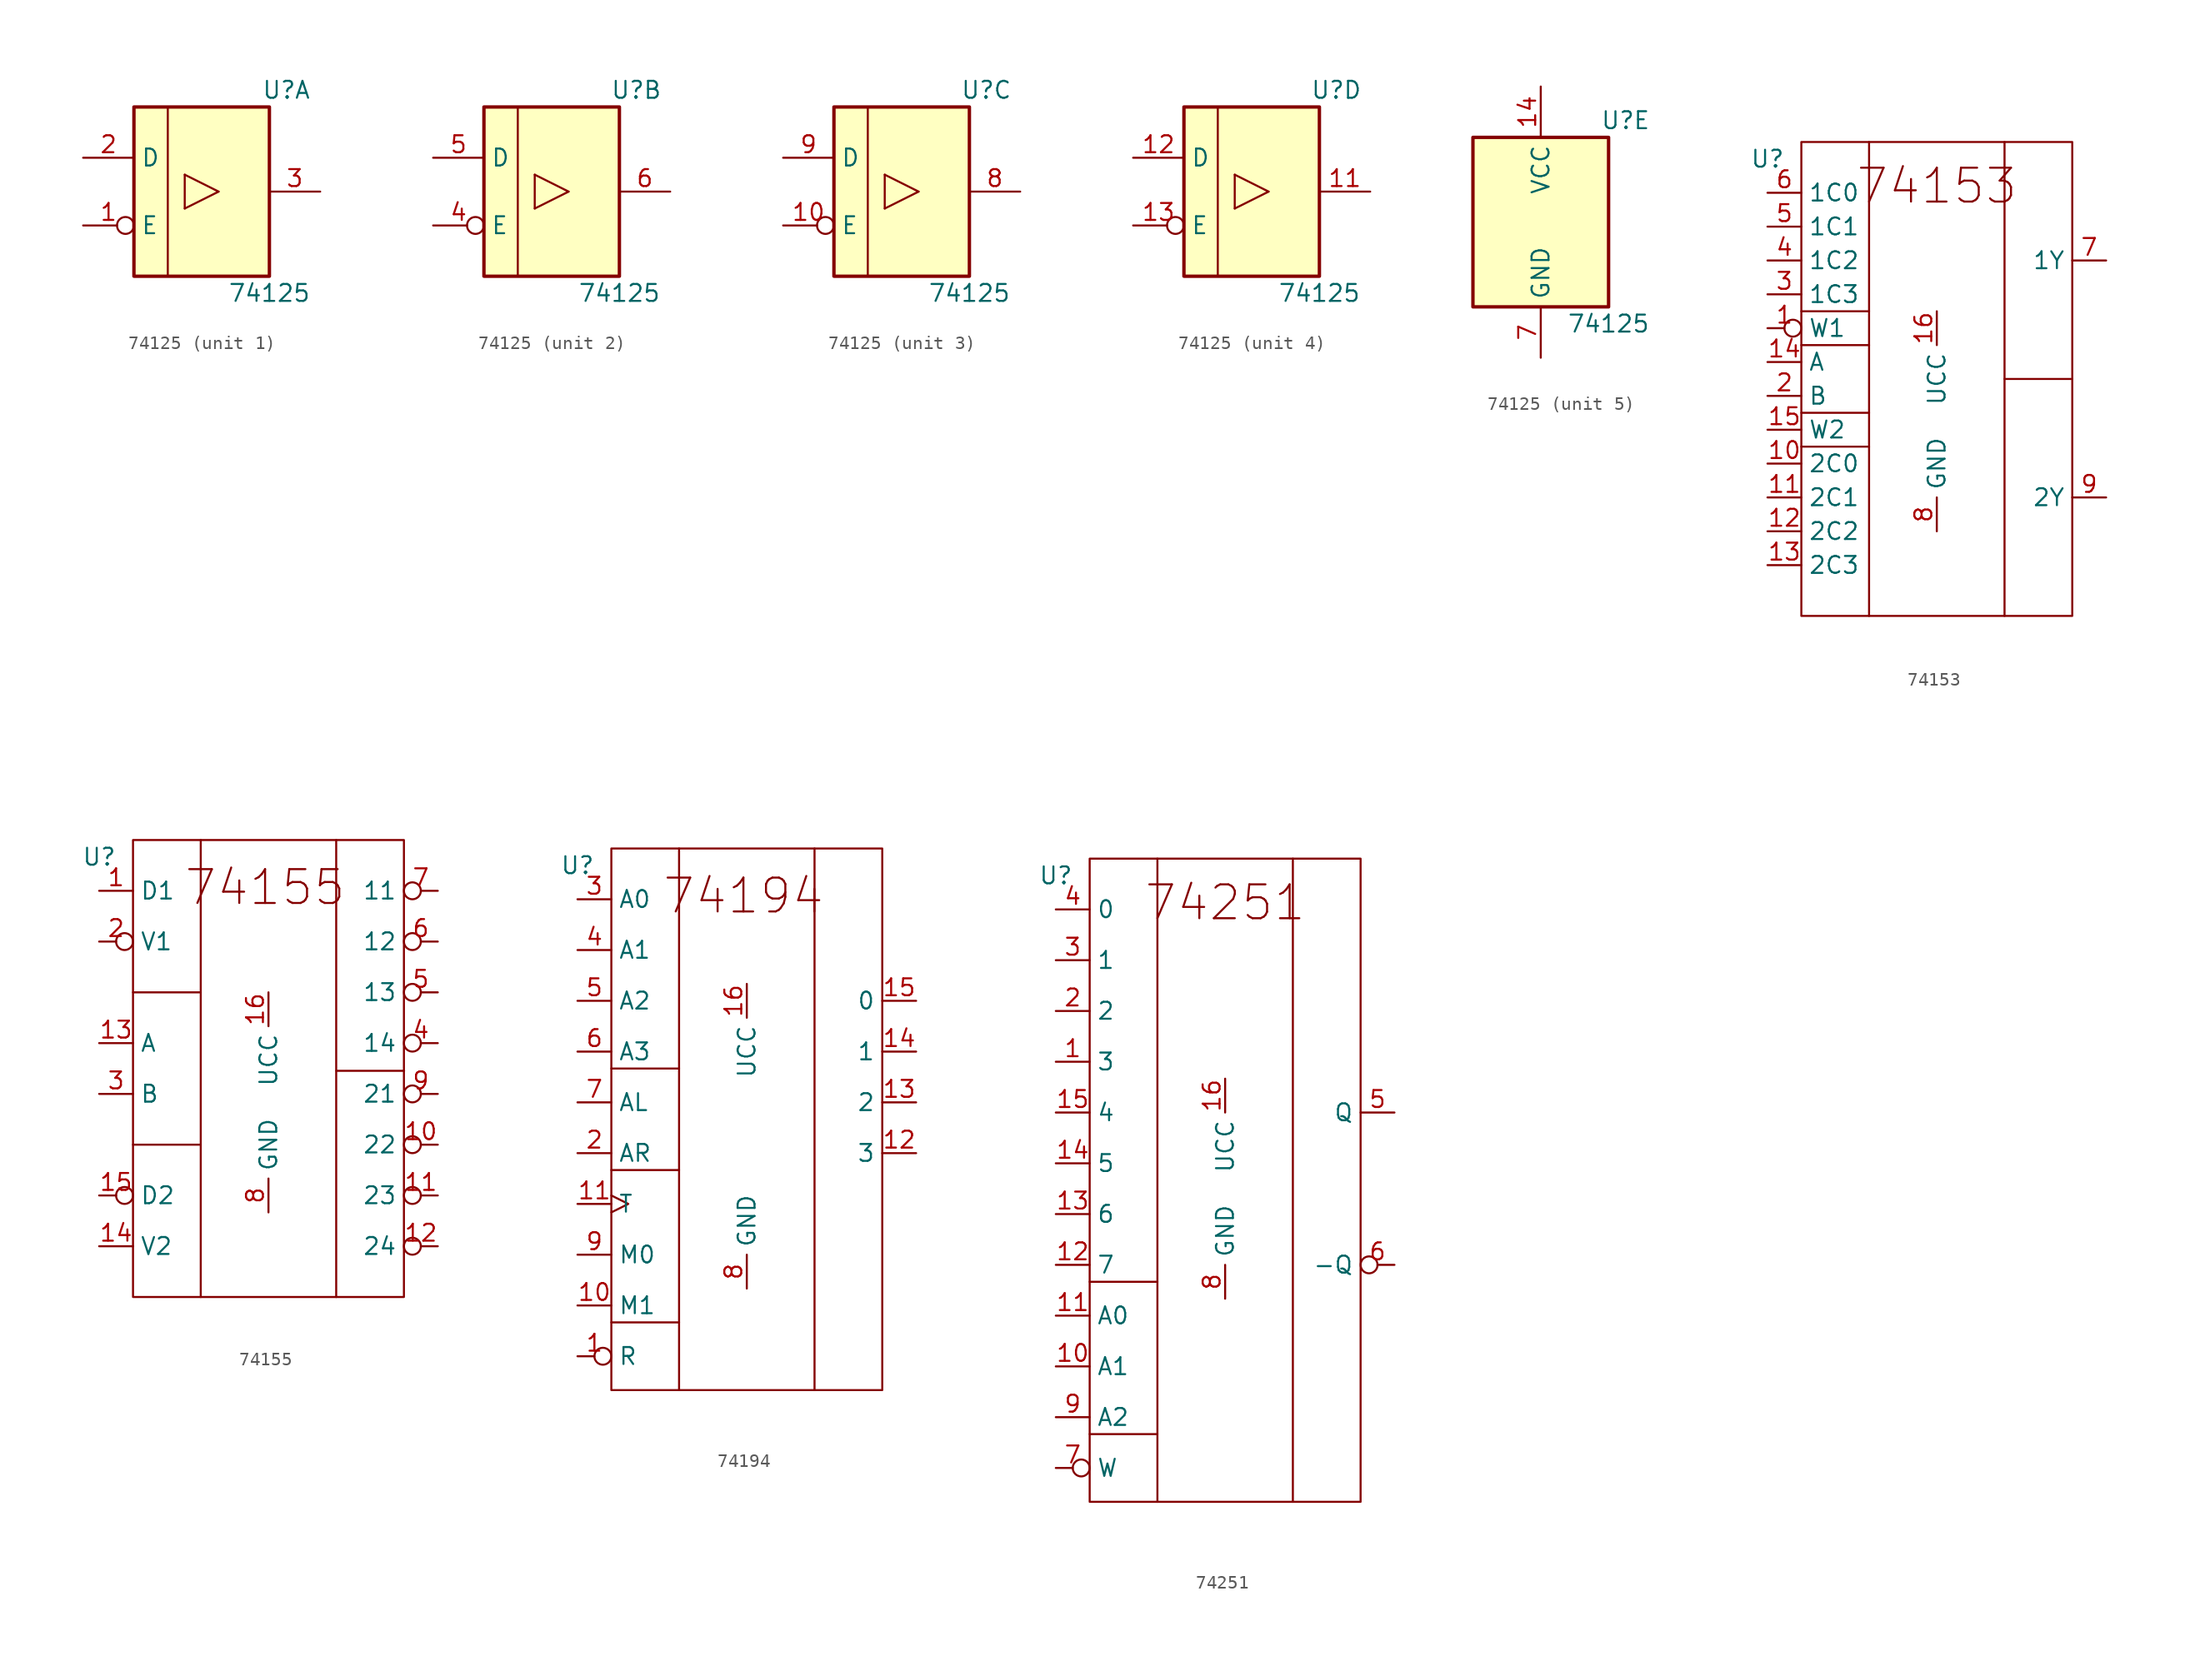
<source format=kicad_sym>
(kicad_symbol_lib
  (version 20231120)
  (generator "kicad_symbol_editor")
  (generator_version "8.0")
  (symbol "74125"
    (property "Reference" "U"
      (at 6.35 7.62 0)
      (effects (font (size 1.27 1.27))))
    (property "Value" "74125"
      (at 5.08 -7.62 0)
      (effects (font (size 1.27 1.27))))
    (property "ki_locked" ""
      (at 0 0 0)
      (effects (font (size 1.27 1.27))))
    (symbol "74125_0_1"
      (rectangle (start -5.08 6.35) (end 5.08 -6.35) (stroke (width 0.254) (type default)) (fill (type background))))
    (symbol "74125_1_1"
      (polyline (pts (xy -2.54 6.35) (xy -2.54 -6.35)) (stroke (width 0) (type default)) (fill (type none)))
      (polyline (pts (xy -1.27 1.27) (xy -1.27 -1.27)) (stroke (width 0) (type default)) (fill (type none)))
      (polyline (pts (xy -1.27 1.27) (xy 1.27 0)) (stroke (width 0) (type default)) (fill (type none)))
      (polyline (pts (xy 1.27 0) (xy -1.27 -1.27)) (stroke (width 0) (type default)) (fill (type none)))
      (pin input inverted (at -8.89 -2.54 0) (length 3.81) (name "E" (effects (font (size 1.27 1.27)))) (number "1" (effects (font (size 1.27 1.27)))))
      (pin input line (at -8.89 2.54 0) (length 3.81) (name "D" (effects (font (size 1.27 1.27)))) (number "2" (effects (font (size 1.27 1.27)))))
      (pin tri_state line (at 8.89 0 180) (length 3.81) (name "" (effects (font (size 1.27 1.27)))) (number "3" (effects (font (size 1.27 1.27))))))
    (symbol "74125_2_1"
      (polyline (pts (xy -2.54 6.35) (xy -2.54 -6.35)) (stroke (width 0) (type default)) (fill (type none)))
      (polyline (pts (xy -1.27 1.27) (xy -1.27 -1.27)) (stroke (width 0) (type default)) (fill (type none)))
      (polyline (pts (xy -1.27 1.27) (xy 1.27 0)) (stroke (width 0) (type default)) (fill (type none)))
      (polyline (pts (xy 1.27 0) (xy -1.27 -1.27)) (stroke (width 0) (type default)) (fill (type none)))
      (pin input inverted (at -8.89 -2.54 0) (length 3.81) (name "E" (effects (font (size 1.27 1.27)))) (number "4" (effects (font (size 1.27 1.27)))))
      (pin input line (at -8.89 2.54 0) (length 3.81) (name "D" (effects (font (size 1.27 1.27)))) (number "5" (effects (font (size 1.27 1.27)))))
      (pin tri_state line (at 8.89 0 180) (length 3.81) (name "" (effects (font (size 1.27 1.27)))) (number "6" (effects (font (size 1.27 1.27))))))
    (symbol "74125_3_1"
      (polyline (pts (xy -2.54 6.35) (xy -2.54 -6.35)) (stroke (width 0) (type default)) (fill (type none)))
      (polyline (pts (xy -1.27 1.27) (xy -1.27 -1.27)) (stroke (width 0) (type default)) (fill (type none)))
      (polyline (pts (xy -1.27 1.27) (xy 1.27 0)) (stroke (width 0) (type default)) (fill (type none)))
      (polyline (pts (xy 1.27 0) (xy -1.27 -1.27)) (stroke (width 0) (type default)) (fill (type none)))
      (pin input inverted (at -8.89 -2.54 0) (length 3.81) (name "E" (effects (font (size 1.27 1.27)))) (number "10" (effects (font (size 1.27 1.27)))))
      (pin tri_state line (at 8.89 0 180) (length 3.81) (name "" (effects (font (size 1.27 1.27)))) (number "8" (effects (font (size 1.27 1.27)))))
      (pin input line (at -8.89 2.54 0) (length 3.81) (name "D" (effects (font (size 1.27 1.27)))) (number "9" (effects (font (size 1.27 1.27))))))
    (symbol "74125_4_1"
      (polyline (pts (xy -2.54 6.35) (xy -2.54 -6.35)) (stroke (width 0) (type default)) (fill (type none)))
      (polyline (pts (xy -1.27 1.27) (xy -1.27 -1.27)) (stroke (width 0) (type default)) (fill (type none)))
      (polyline (pts (xy -1.27 1.27) (xy 1.27 0)) (stroke (width 0) (type default)) (fill (type none)))
      (polyline (pts (xy 1.27 0) (xy -1.27 -1.27)) (stroke (width 0) (type default)) (fill (type none)))
      (pin tri_state line (at 8.89 0 180) (length 3.81) (name "" (effects (font (size 1.27 1.27)))) (number "11" (effects (font (size 1.27 1.27)))))
      (pin input line (at -8.89 2.54 0) (length 3.81) (name "D" (effects (font (size 1.27 1.27)))) (number "12" (effects (font (size 1.27 1.27)))))
      (pin input inverted (at -8.89 -2.54 0) (length 3.81) (name "E" (effects (font (size 1.27 1.27)))) (number "13" (effects (font (size 1.27 1.27))))))
    (symbol "74125_5_1"
      (pin power_in line (at 0 10.16 270) (length 3.81) (name "VCC" (effects (font (size 1.27 1.27)))) (number "14" (effects (font (size 1.27 1.27)))))
      (pin power_in line (at 0 -10.16 90) (length 3.81) (name "GND" (effects (font (size 1.27 1.27)))) (number "7" (effects (font (size 1.27 1.27)))))))
  (symbol "74153"
    (property "Reference" "U"
      (at 0 2.54 0)
      (effects (font (size 1.27 1.27))))
    (property "Value" ""
      (at 2.54 6.35 0)
      (effects (font (size 1.27 1.27))))
    (symbol "74153_0_1"
      (polyline (pts (xy 2.54 -19.05) (xy 7.62 -19.05)) (stroke (width 0) (type default)) (fill (type none)))
      (polyline (pts (xy 2.54 -16.51) (xy 7.62 -16.51)) (stroke (width 0) (type default)) (fill (type none)))
      (polyline (pts (xy 2.54 -11.43) (xy 7.62 -11.43)) (stroke (width 0) (type default)) (fill (type none)))
      (polyline (pts (xy 2.54 -8.89) (xy 7.62 -8.89)) (stroke (width 0) (type default)) (fill (type none)))
      (polyline (pts (xy 7.62 3.81) (xy 7.62 -31.75)) (stroke (width 0) (type default)) (fill (type none)))
      (polyline (pts (xy 17.78 -13.97) (xy 22.86 -13.97)) (stroke (width 0) (type default)) (fill (type none)))
      (polyline (pts (xy 17.78 3.81) (xy 17.78 -31.75)) (stroke (width 0) (type default)) (fill (type none)))
      (rectangle (start 2.54 3.81) (end 22.86 -31.75) (stroke (width 0) (type default)) (fill (type none))))
    (symbol "74153_1_1"
      (text "74153" (at 12.7 0.508 0) (effects (font (size 2.54 2.54))))
      (pin input inverted (at 0 -10.16 0) (length 2.54) (name "W1" (effects (font (size 1.27 1.27)))) (number "1" (effects (font (size 1.27 1.27)))))
      (pin input line (at 0 -20.32 0) (length 2.54) (name "2C0" (effects (font (size 1.27 1.27)))) (number "10" (effects (font (size 1.27 1.27)))))
      (pin input line (at 0 -22.86 0) (length 2.54) (name "2C1" (effects (font (size 1.27 1.27)))) (number "11" (effects (font (size 1.27 1.27)))))
      (pin input line (at 0 -25.4 0) (length 2.54) (name "2C2" (effects (font (size 1.27 1.27)))) (number "12" (effects (font (size 1.27 1.27)))))
      (pin input line (at 0 -27.94 0) (length 2.54) (name "2C3" (effects (font (size 1.27 1.27)))) (number "13" (effects (font (size 1.27 1.27)))))
      (pin input line (at 0 -12.7 0) (length 2.54) (name "A" (effects (font (size 1.27 1.27)))) (number "14" (effects (font (size 1.27 1.27)))))
      (pin input line (at 0 -17.78 0) (length 2.54) (name "W2" (effects (font (size 1.27 1.27)))) (number "15" (effects (font (size 1.27 1.27)))))
      (pin power_in line (at 12.7 -8.89 270) (length 2.54) (name "UCC" (effects (font (size 1.27 1.27)))) (number "16" (effects (font (size 1.27 1.27)))))
      (pin input line (at 0 -15.24 0) (length 2.54) (name "B" (effects (font (size 1.27 1.27)))) (number "2" (effects (font (size 1.27 1.27)))))
      (pin input line (at 0 -7.62 0) (length 2.54) (name "1C3" (effects (font (size 1.27 1.27)))) (number "3" (effects (font (size 1.27 1.27)))))
      (pin input line (at 0 -5.08 0) (length 2.54) (name "1C2" (effects (font (size 1.27 1.27)))) (number "4" (effects (font (size 1.27 1.27)))))
      (pin input line (at 0 -2.54 0) (length 2.54) (name "1C1" (effects (font (size 1.27 1.27)))) (number "5" (effects (font (size 1.27 1.27)))))
      (pin input line (at 0 0 0) (length 2.54) (name "1C0" (effects (font (size 1.27 1.27)))) (number "6" (effects (font (size 1.27 1.27)))))
      (pin output line (at 25.4 -5.08 180) (length 2.54) (name "1Y" (effects (font (size 1.27 1.27)))) (number "7" (effects (font (size 1.27 1.27)))))
      (pin power_in line (at 12.7 -25.4 90) (length 2.54) (name "GND" (effects (font (size 1.27 1.27)))) (number "8" (effects (font (size 1.27 1.27)))))
      (pin output line (at 25.4 -22.86 180) (length 2.54) (name "2Y" (effects (font (size 1.27 1.27)))) (number "9" (effects (font (size 1.27 1.27)))))))
  (symbol "74155"
    (property "Reference" "U"
      (at 0 2.54 0)
      (effects (font (size 1.27 1.27))))
    (property "Value" ""
      (at 2.54 6.35 0)
      (effects (font (size 1.27 1.27))))
    (symbol "74155_0_1"
      (polyline (pts (xy 2.54 -19.05) (xy 7.62 -19.05)) (stroke (width 0) (type default)) (fill (type none)))
      (polyline (pts (xy 2.54 -7.62) (xy 7.62 -7.62)) (stroke (width 0) (type default)) (fill (type none)))
      (polyline (pts (xy 7.62 3.81) (xy 7.62 -30.48)) (stroke (width 0) (type default)) (fill (type none)))
      (polyline (pts (xy 17.78 3.81) (xy 17.78 -30.48)) (stroke (width 0) (type default)) (fill (type none)))
      (polyline (pts (xy 17.793 -13.507) (xy 22.873 -13.507)) (stroke (width 0) (type default)) (fill (type none)))
      (rectangle (start 2.54 3.81) (end 22.86 -30.48) (stroke (width 0) (type default)) (fill (type none))))
    (symbol "74155_1_1"
      (text "74155" (at 12.446 0.254 0) (effects (font (size 2.54 2.54))))
      (pin input line (at 0 0 0) (length 2.54) (name "D1" (effects (font (size 1.27 1.27)))) (number "1" (effects (font (size 1.27 1.27)))))
      (pin output inverted (at 25.4 -19.05 180) (length 2.54) (name "22" (effects (font (size 1.27 1.27)))) (number "10" (effects (font (size 1.27 1.27)))))
      (pin output inverted (at 25.4 -22.86 180) (length 2.54) (name "23" (effects (font (size 1.27 1.27)))) (number "11" (effects (font (size 1.27 1.27)))))
      (pin output inverted (at 25.4 -26.67 180) (length 2.54) (name "24" (effects (font (size 1.27 1.27)))) (number "12" (effects (font (size 1.27 1.27)))))
      (pin input line (at 0 -11.43 0) (length 2.54) (name "A" (effects (font (size 1.27 1.27)))) (number "13" (effects (font (size 1.27 1.27)))))
      (pin input line (at 0 -26.67 0) (length 2.54) (name "V2" (effects (font (size 1.27 1.27)))) (number "14" (effects (font (size 1.27 1.27)))))
      (pin input inverted (at 0 -22.86 0) (length 2.54) (name "D2" (effects (font (size 1.27 1.27)))) (number "15" (effects (font (size 1.27 1.27)))))
      (pin power_in line (at 12.7 -7.62 270) (length 2.54) (name "UCC" (effects (font (size 1.27 1.27)))) (number "16" (effects (font (size 1.27 1.27)))))
      (pin input inverted (at 0 -3.81 0) (length 2.54) (name "V1" (effects (font (size 1.27 1.27)))) (number "2" (effects (font (size 1.27 1.27)))))
      (pin input line (at 0 -15.24 0) (length 2.54) (name "B" (effects (font (size 1.27 1.27)))) (number "3" (effects (font (size 1.27 1.27)))))
      (pin output inverted (at 25.4 -11.43 180) (length 2.54) (name "14" (effects (font (size 1.27 1.27)))) (number "4" (effects (font (size 1.27 1.27)))))
      (pin output inverted (at 25.4 -7.62 180) (length 2.54) (name "13" (effects (font (size 1.27 1.27)))) (number "5" (effects (font (size 1.27 1.27)))))
      (pin output inverted (at 25.4 -3.81 180) (length 2.54) (name "12" (effects (font (size 1.27 1.27)))) (number "6" (effects (font (size 1.27 1.27)))))
      (pin output inverted (at 25.4 0 180) (length 2.54) (name "11" (effects (font (size 1.27 1.27)))) (number "7" (effects (font (size 1.27 1.27)))))
      (pin power_in line (at 12.7 -24.13 90) (length 2.54) (name "GND" (effects (font (size 1.27 1.27)))) (number "8" (effects (font (size 1.27 1.27)))))
      (pin output inverted (at 25.4 -15.24 180) (length 2.54) (name "21" (effects (font (size 1.27 1.27)))) (number "9" (effects (font (size 1.27 1.27)))))))
  (symbol "74194"
    (property "Reference" "U"
      (at 0 2.54 0)
      (effects (font (size 1.27 1.27))))
    (property "Value" ""
      (at 2.54 6.35 0)
      (effects (font (size 1.27 1.27))))
    (symbol "74194_0_1"
      (polyline (pts (xy 2.54 -31.75) (xy 7.62 -31.75)) (stroke (width 0) (type default)) (fill (type none)))
      (polyline (pts (xy 2.54 -20.32) (xy 7.62 -20.32)) (stroke (width 0) (type default)) (fill (type none)))
      (polyline (pts (xy 2.54 -12.7) (xy 7.62 -12.7)) (stroke (width 0) (type default)) (fill (type none)))
      (polyline (pts (xy 7.62 3.81) (xy 7.62 -36.83)) (stroke (width 0) (type default)) (fill (type none)))
      (polyline (pts (xy 17.78 3.81) (xy 17.78 -36.83)) (stroke (width 0) (type default)) (fill (type none)))
      (rectangle (start 2.54 3.81) (end 22.86 -36.83) (stroke (width 0) (type default)) (fill (type none))))
    (symbol "74194_1_1"
      (text "74194" (at 12.446 0.254 0) (effects (font (size 2.54 2.54))))
      (pin input inverted (at 0 -34.29 0) (length 2.54) (name "R" (effects (font (size 1.27 1.27)))) (number "1" (effects (font (size 1.27 1.27)))))
      (pin input line (at 0 -30.48 0) (length 2.54) (name "M1" (effects (font (size 1.27 1.27)))) (number "10" (effects (font (size 1.27 1.27)))))
      (pin input clock (at 0 -22.86 0) (length 2.54) (name "T" (effects (font (size 1.27 1.27)))) (number "11" (effects (font (size 1.27 1.27)))))
      (pin output line (at 25.4 -19.05 180) (length 2.54) (name "3" (effects (font (size 1.27 1.27)))) (number "12" (effects (font (size 1.27 1.27)))))
      (pin output line (at 25.4 -15.24 180) (length 2.54) (name "2" (effects (font (size 1.27 1.27)))) (number "13" (effects (font (size 1.27 1.27)))))
      (pin output line (at 25.4 -11.43 180) (length 2.54) (name "1" (effects (font (size 1.27 1.27)))) (number "14" (effects (font (size 1.27 1.27)))))
      (pin output line (at 25.4 -7.62 180) (length 2.54) (name "0" (effects (font (size 1.27 1.27)))) (number "15" (effects (font (size 1.27 1.27)))))
      (pin power_in line (at 12.7 -6.35 270) (length 2.54) (name "UCC" (effects (font (size 1.27 1.27)))) (number "16" (effects (font (size 1.27 1.27)))))
      (pin input line (at 0 -19.05 0) (length 2.54) (name "AR" (effects (font (size 1.27 1.27)))) (number "2" (effects (font (size 1.27 1.27)))))
      (pin input line (at 0 0 0) (length 2.54) (name "A0" (effects (font (size 1.27 1.27)))) (number "3" (effects (font (size 1.27 1.27)))))
      (pin input line (at 0 -3.81 0) (length 2.54) (name "A1" (effects (font (size 1.27 1.27)))) (number "4" (effects (font (size 1.27 1.27)))))
      (pin input line (at 0 -7.62 0) (length 2.54) (name "A2" (effects (font (size 1.27 1.27)))) (number "5" (effects (font (size 1.27 1.27)))))
      (pin input line (at 0 -11.43 0) (length 2.54) (name "A3" (effects (font (size 1.27 1.27)))) (number "6" (effects (font (size 1.27 1.27)))))
      (pin input line (at 0 -15.24 0) (length 2.54) (name "AL" (effects (font (size 1.27 1.27)))) (number "7" (effects (font (size 1.27 1.27)))))
      (pin power_in line (at 12.7 -29.21 90) (length 2.54) (name "GND" (effects (font (size 1.27 1.27)))) (number "8" (effects (font (size 1.27 1.27)))))
      (pin input line (at 0 -26.67 0) (length 2.54) (name "M0" (effects (font (size 1.27 1.27)))) (number "9" (effects (font (size 1.27 1.27)))))))
  (symbol "74251"
    (property "Reference" "U"
      (at 0 2.54 0)
      (effects (font (size 1.27 1.27))))
    (property "Value" ""
      (at 2.54 6.35 0)
      (effects (font (size 1.27 1.27))))
    (symbol "74251_0_1"
      (polyline (pts (xy 2.54 -39.37) (xy 7.62 -39.37)) (stroke (width 0) (type default)) (fill (type none)))
      (polyline (pts (xy 2.54 -27.94) (xy 7.62 -27.94)) (stroke (width 0) (type default)) (fill (type none)))
      (polyline (pts (xy 7.62 3.81) (xy 7.62 -44.45)) (stroke (width 0) (type default)) (fill (type none)))
      (polyline (pts (xy 17.78 3.81) (xy 17.78 -44.45)) (stroke (width 0) (type default)) (fill (type none)))
      (rectangle (start 2.54 3.81) (end 22.86 -44.45) (stroke (width 0) (type default)) (fill (type none))))
    (symbol "74251_1_1"
      (text "74251" (at 12.7 0.508 0) (effects (font (size 2.54 2.54))))
      (pin input line (at 0 -11.43 0) (length 2.54) (name "3" (effects (font (size 1.27 1.27)))) (number "1" (effects (font (size 1.27 1.27)))))
      (pin input line (at 0 -34.29 0) (length 2.54) (name "A1" (effects (font (size 1.27 1.27)))) (number "10" (effects (font (size 1.27 1.27)))))
      (pin input line (at 0 -30.48 0) (length 2.54) (name "A0" (effects (font (size 1.27 1.27)))) (number "11" (effects (font (size 1.27 1.27)))))
      (pin input line (at 0 -26.67 0) (length 2.54) (name "7" (effects (font (size 1.27 1.27)))) (number "12" (effects (font (size 1.27 1.27)))))
      (pin input line (at 0 -22.86 0) (length 2.54) (name "6" (effects (font (size 1.27 1.27)))) (number "13" (effects (font (size 1.27 1.27)))))
      (pin input line (at 0 -19.05 0) (length 2.54) (name "5" (effects (font (size 1.27 1.27)))) (number "14" (effects (font (size 1.27 1.27)))))
      (pin input line (at 0 -15.24 0) (length 2.54) (name "4" (effects (font (size 1.27 1.27)))) (number "15" (effects (font (size 1.27 1.27)))))
      (pin power_in line (at 12.7 -12.7 270) (length 2.54) (name "UCC" (effects (font (size 1.27 1.27)))) (number "16" (effects (font (size 1.27 1.27)))))
      (pin input line (at 0 -7.62 0) (length 2.54) (name "2" (effects (font (size 1.27 1.27)))) (number "2" (effects (font (size 1.27 1.27)))))
      (pin input line (at 0 -3.81 0) (length 2.54) (name "1" (effects (font (size 1.27 1.27)))) (number "3" (effects (font (size 1.27 1.27)))))
      (pin input line (at 0 0 0) (length 2.54) (name "0" (effects (font (size 1.27 1.27)))) (number "4" (effects (font (size 1.27 1.27)))))
      (pin output line (at 25.4 -15.24 180) (length 2.54) (name "Q" (effects (font (size 1.27 1.27)))) (number "5" (effects (font (size 1.27 1.27)))))
      (pin output inverted (at 25.4 -26.67 180) (length 2.54) (name "-Q" (effects (font (size 1.27 1.27)))) (number "6" (effects (font (size 1.27 1.27)))))
      (pin input inverted (at 0 -41.91 0) (length 2.54) (name "W" (effects (font (size 1.27 1.27)))) (number "7" (effects (font (size 1.27 1.27)))))
      (pin power_in line (at 12.7 -29.21 90) (length 2.54) (name "GND" (effects (font (size 1.27 1.27)))) (number "8" (effects (font (size 1.27 1.27)))))
      (pin input line (at 0 -38.1 0) (length 2.54) (name "A2" (effects (font (size 1.27 1.27)))) (number "9" (effects (font (size 1.27 1.27))))))))
</source>
